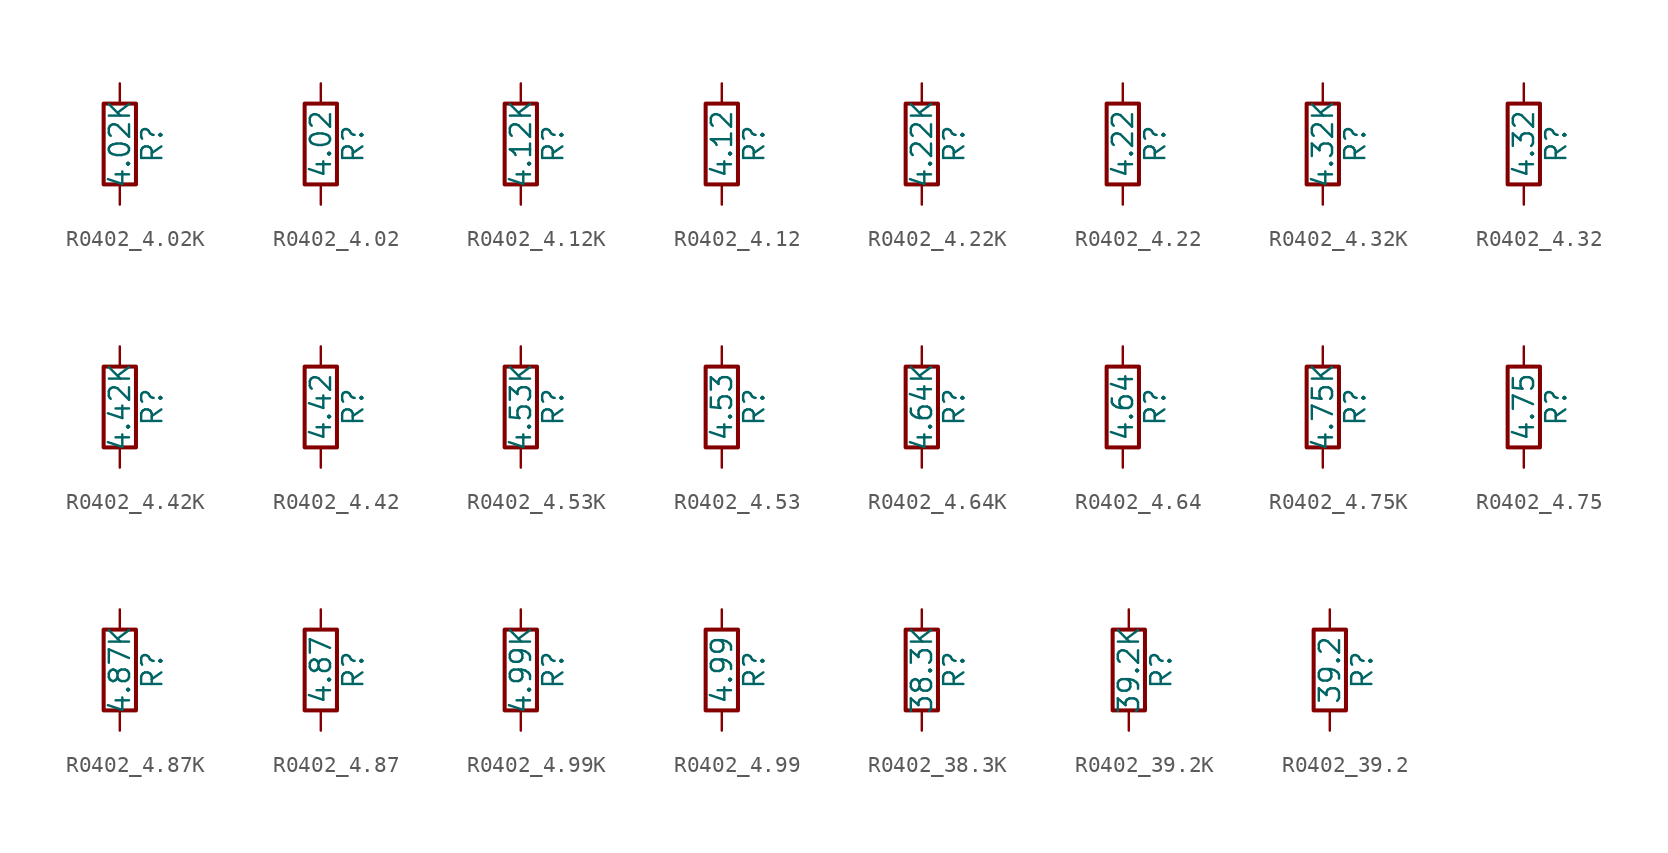
<source format=kicad_sym>
(kicad_symbol_lib
  (version 20211014)
  (generator atlantix-eda)
  (symbol "R0402_4.02K"
    (pin_numbers hide)
    (pin_names
      (offset 0))
    (property "Reference" "R"
      (at 2.032 0 90)
      (effects (font (size 1.27 1.27))))
    (property "Value" "4.02K"
      (at 0 0 90)
      (effects (font (size 1.27 1.27))))
    (symbol "R0402_4.02K_0_1"
      (rectangle (start -1.016 -2.54) (end 1.016 2.54) (stroke (width 0.254) (type default) (color 0 0 0 0)) (fill (type none))))
    (symbol "R0402_4.02K_1_1"
      (pin passive line (at 0 3.81 270) (length 1.27) (name "~" (effects (font (size 1.27 1.27)))) (number "1" (effects (font (size 1.27 1.27)))))
      (pin passive line (at 0 -3.81 90) (length 1.27) (name "~" (effects (font (size 1.27 1.27)))) (number "2" (effects (font (size 1.27 1.27)))))))
  (symbol "R0402_4.02"
    (pin_numbers hide)
    (pin_names
      (offset 0))
    (property "Reference" "R"
      (at 2.032 0 90)
      (effects (font (size 1.27 1.27))))
    (property "Value" "4.02"
      (at 0 0 90)
      (effects (font (size 1.27 1.27))))
    (symbol "R0402_4.02_0_1"
      (rectangle (start -1.016 -2.54) (end 1.016 2.54) (stroke (width 0.254) (type default) (color 0 0 0 0)) (fill (type none))))
    (symbol "R0402_4.02_1_1"
      (pin passive line (at 0 3.81 270) (length 1.27) (name "~" (effects (font (size 1.27 1.27)))) (number "1" (effects (font (size 1.27 1.27)))))
      (pin passive line (at 0 -3.81 90) (length 1.27) (name "~" (effects (font (size 1.27 1.27)))) (number "2" (effects (font (size 1.27 1.27)))))))
  (symbol "R0402_4.12K"
    (pin_numbers hide)
    (pin_names
      (offset 0))
    (property "Reference" "R"
      (at 2.032 0 90)
      (effects (font (size 1.27 1.27))))
    (property "Value" "4.12K"
      (at 0 0 90)
      (effects (font (size 1.27 1.27))))
    (symbol "R0402_4.12K_0_1"
      (rectangle (start -1.016 -2.54) (end 1.016 2.54) (stroke (width 0.254) (type default) (color 0 0 0 0)) (fill (type none))))
    (symbol "R0402_4.12K_1_1"
      (pin passive line (at 0 3.81 270) (length 1.27) (name "~" (effects (font (size 1.27 1.27)))) (number "1" (effects (font (size 1.27 1.27)))))
      (pin passive line (at 0 -3.81 90) (length 1.27) (name "~" (effects (font (size 1.27 1.27)))) (number "2" (effects (font (size 1.27 1.27)))))))
  (symbol "R0402_4.12"
    (pin_numbers hide)
    (pin_names
      (offset 0))
    (property "Reference" "R"
      (at 2.032 0 90)
      (effects (font (size 1.27 1.27))))
    (property "Value" "4.12"
      (at 0 0 90)
      (effects (font (size 1.27 1.27))))
    (symbol "R0402_4.12_0_1"
      (rectangle (start -1.016 -2.54) (end 1.016 2.54) (stroke (width 0.254) (type default) (color 0 0 0 0)) (fill (type none))))
    (symbol "R0402_4.12_1_1"
      (pin passive line (at 0 3.81 270) (length 1.27) (name "~" (effects (font (size 1.27 1.27)))) (number "1" (effects (font (size 1.27 1.27)))))
      (pin passive line (at 0 -3.81 90) (length 1.27) (name "~" (effects (font (size 1.27 1.27)))) (number "2" (effects (font (size 1.27 1.27)))))))
  (symbol "R0402_4.22K"
    (pin_numbers hide)
    (pin_names
      (offset 0))
    (property "Reference" "R"
      (at 2.032 0 90)
      (effects (font (size 1.27 1.27))))
    (property "Value" "4.22K"
      (at 0 0 90)
      (effects (font (size 1.27 1.27))))
    (symbol "R0402_4.22K_0_1"
      (rectangle (start -1.016 -2.54) (end 1.016 2.54) (stroke (width 0.254) (type default) (color 0 0 0 0)) (fill (type none))))
    (symbol "R0402_4.22K_1_1"
      (pin passive line (at 0 3.81 270) (length 1.27) (name "~" (effects (font (size 1.27 1.27)))) (number "1" (effects (font (size 1.27 1.27)))))
      (pin passive line (at 0 -3.81 90) (length 1.27) (name "~" (effects (font (size 1.27 1.27)))) (number "2" (effects (font (size 1.27 1.27)))))))
  (symbol "R0402_4.22"
    (pin_numbers hide)
    (pin_names
      (offset 0))
    (property "Reference" "R"
      (at 2.032 0 90)
      (effects (font (size 1.27 1.27))))
    (property "Value" "4.22"
      (at 0 0 90)
      (effects (font (size 1.27 1.27))))
    (symbol "R0402_4.22_0_1"
      (rectangle (start -1.016 -2.54) (end 1.016 2.54) (stroke (width 0.254) (type default) (color 0 0 0 0)) (fill (type none))))
    (symbol "R0402_4.22_1_1"
      (pin passive line (at 0 3.81 270) (length 1.27) (name "~" (effects (font (size 1.27 1.27)))) (number "1" (effects (font (size 1.27 1.27)))))
      (pin passive line (at 0 -3.81 90) (length 1.27) (name "~" (effects (font (size 1.27 1.27)))) (number "2" (effects (font (size 1.27 1.27)))))))
  (symbol "R0402_4.32K"
    (pin_numbers hide)
    (pin_names
      (offset 0))
    (property "Reference" "R"
      (at 2.032 0 90)
      (effects (font (size 1.27 1.27))))
    (property "Value" "4.32K"
      (at 0 0 90)
      (effects (font (size 1.27 1.27))))
    (symbol "R0402_4.32K_0_1"
      (rectangle (start -1.016 -2.54) (end 1.016 2.54) (stroke (width 0.254) (type default) (color 0 0 0 0)) (fill (type none))))
    (symbol "R0402_4.32K_1_1"
      (pin passive line (at 0 3.81 270) (length 1.27) (name "~" (effects (font (size 1.27 1.27)))) (number "1" (effects (font (size 1.27 1.27)))))
      (pin passive line (at 0 -3.81 90) (length 1.27) (name "~" (effects (font (size 1.27 1.27)))) (number "2" (effects (font (size 1.27 1.27)))))))
  (symbol "R0402_4.32"
    (pin_numbers hide)
    (pin_names
      (offset 0))
    (property "Reference" "R"
      (at 2.032 0 90)
      (effects (font (size 1.27 1.27))))
    (property "Value" "4.32"
      (at 0 0 90)
      (effects (font (size 1.27 1.27))))
    (symbol "R0402_4.32_0_1"
      (rectangle (start -1.016 -2.54) (end 1.016 2.54) (stroke (width 0.254) (type default) (color 0 0 0 0)) (fill (type none))))
    (symbol "R0402_4.32_1_1"
      (pin passive line (at 0 3.81 270) (length 1.27) (name "~" (effects (font (size 1.27 1.27)))) (number "1" (effects (font (size 1.27 1.27)))))
      (pin passive line (at 0 -3.81 90) (length 1.27) (name "~" (effects (font (size 1.27 1.27)))) (number "2" (effects (font (size 1.27 1.27)))))))
  (symbol "R0402_4.42K"
    (pin_numbers hide)
    (pin_names
      (offset 0))
    (property "Reference" "R"
      (at 2.032 0 90)
      (effects (font (size 1.27 1.27))))
    (property "Value" "4.42K"
      (at 0 0 90)
      (effects (font (size 1.27 1.27))))
    (symbol "R0402_4.42K_0_1"
      (rectangle (start -1.016 -2.54) (end 1.016 2.54) (stroke (width 0.254) (type default) (color 0 0 0 0)) (fill (type none))))
    (symbol "R0402_4.42K_1_1"
      (pin passive line (at 0 3.81 270) (length 1.27) (name "~" (effects (font (size 1.27 1.27)))) (number "1" (effects (font (size 1.27 1.27)))))
      (pin passive line (at 0 -3.81 90) (length 1.27) (name "~" (effects (font (size 1.27 1.27)))) (number "2" (effects (font (size 1.27 1.27)))))))
  (symbol "R0402_4.42"
    (pin_numbers hide)
    (pin_names
      (offset 0))
    (property "Reference" "R"
      (at 2.032 0 90)
      (effects (font (size 1.27 1.27))))
    (property "Value" "4.42"
      (at 0 0 90)
      (effects (font (size 1.27 1.27))))
    (symbol "R0402_4.42_0_1"
      (rectangle (start -1.016 -2.54) (end 1.016 2.54) (stroke (width 0.254) (type default) (color 0 0 0 0)) (fill (type none))))
    (symbol "R0402_4.42_1_1"
      (pin passive line (at 0 3.81 270) (length 1.27) (name "~" (effects (font (size 1.27 1.27)))) (number "1" (effects (font (size 1.27 1.27)))))
      (pin passive line (at 0 -3.81 90) (length 1.27) (name "~" (effects (font (size 1.27 1.27)))) (number "2" (effects (font (size 1.27 1.27)))))))
  (symbol "R0402_4.53K"
    (pin_numbers hide)
    (pin_names
      (offset 0))
    (property "Reference" "R"
      (at 2.032 0 90)
      (effects (font (size 1.27 1.27))))
    (property "Value" "4.53K"
      (at 0 0 90)
      (effects (font (size 1.27 1.27))))
    (symbol "R0402_4.53K_0_1"
      (rectangle (start -1.016 -2.54) (end 1.016 2.54) (stroke (width 0.254) (type default) (color 0 0 0 0)) (fill (type none))))
    (symbol "R0402_4.53K_1_1"
      (pin passive line (at 0 3.81 270) (length 1.27) (name "~" (effects (font (size 1.27 1.27)))) (number "1" (effects (font (size 1.27 1.27)))))
      (pin passive line (at 0 -3.81 90) (length 1.27) (name "~" (effects (font (size 1.27 1.27)))) (number "2" (effects (font (size 1.27 1.27)))))))
  (symbol "R0402_4.53"
    (pin_numbers hide)
    (pin_names
      (offset 0))
    (property "Reference" "R"
      (at 2.032 0 90)
      (effects (font (size 1.27 1.27))))
    (property "Value" "4.53"
      (at 0 0 90)
      (effects (font (size 1.27 1.27))))
    (symbol "R0402_4.53_0_1"
      (rectangle (start -1.016 -2.54) (end 1.016 2.54) (stroke (width 0.254) (type default) (color 0 0 0 0)) (fill (type none))))
    (symbol "R0402_4.53_1_1"
      (pin passive line (at 0 3.81 270) (length 1.27) (name "~" (effects (font (size 1.27 1.27)))) (number "1" (effects (font (size 1.27 1.27)))))
      (pin passive line (at 0 -3.81 90) (length 1.27) (name "~" (effects (font (size 1.27 1.27)))) (number "2" (effects (font (size 1.27 1.27)))))))
  (symbol "R0402_4.64K"
    (pin_numbers hide)
    (pin_names
      (offset 0))
    (property "Reference" "R"
      (at 2.032 0 90)
      (effects (font (size 1.27 1.27))))
    (property "Value" "4.64K"
      (at 0 0 90)
      (effects (font (size 1.27 1.27))))
    (symbol "R0402_4.64K_0_1"
      (rectangle (start -1.016 -2.54) (end 1.016 2.54) (stroke (width 0.254) (type default) (color 0 0 0 0)) (fill (type none))))
    (symbol "R0402_4.64K_1_1"
      (pin passive line (at 0 3.81 270) (length 1.27) (name "~" (effects (font (size 1.27 1.27)))) (number "1" (effects (font (size 1.27 1.27)))))
      (pin passive line (at 0 -3.81 90) (length 1.27) (name "~" (effects (font (size 1.27 1.27)))) (number "2" (effects (font (size 1.27 1.27)))))))
  (symbol "R0402_4.64"
    (pin_numbers hide)
    (pin_names
      (offset 0))
    (property "Reference" "R"
      (at 2.032 0 90)
      (effects (font (size 1.27 1.27))))
    (property "Value" "4.64"
      (at 0 0 90)
      (effects (font (size 1.27 1.27))))
    (symbol "R0402_4.64_0_1"
      (rectangle (start -1.016 -2.54) (end 1.016 2.54) (stroke (width 0.254) (type default) (color 0 0 0 0)) (fill (type none))))
    (symbol "R0402_4.64_1_1"
      (pin passive line (at 0 3.81 270) (length 1.27) (name "~" (effects (font (size 1.27 1.27)))) (number "1" (effects (font (size 1.27 1.27)))))
      (pin passive line (at 0 -3.81 90) (length 1.27) (name "~" (effects (font (size 1.27 1.27)))) (number "2" (effects (font (size 1.27 1.27)))))))
  (symbol "R0402_4.75K"
    (pin_numbers hide)
    (pin_names
      (offset 0))
    (property "Reference" "R"
      (at 2.032 0 90)
      (effects (font (size 1.27 1.27))))
    (property "Value" "4.75K"
      (at 0 0 90)
      (effects (font (size 1.27 1.27))))
    (symbol "R0402_4.75K_0_1"
      (rectangle (start -1.016 -2.54) (end 1.016 2.54) (stroke (width 0.254) (type default) (color 0 0 0 0)) (fill (type none))))
    (symbol "R0402_4.75K_1_1"
      (pin passive line (at 0 3.81 270) (length 1.27) (name "~" (effects (font (size 1.27 1.27)))) (number "1" (effects (font (size 1.27 1.27)))))
      (pin passive line (at 0 -3.81 90) (length 1.27) (name "~" (effects (font (size 1.27 1.27)))) (number "2" (effects (font (size 1.27 1.27)))))))
  (symbol "R0402_4.75"
    (pin_numbers hide)
    (pin_names
      (offset 0))
    (property "Reference" "R"
      (at 2.032 0 90)
      (effects (font (size 1.27 1.27))))
    (property "Value" "4.75"
      (at 0 0 90)
      (effects (font (size 1.27 1.27))))
    (symbol "R0402_4.75_0_1"
      (rectangle (start -1.016 -2.54) (end 1.016 2.54) (stroke (width 0.254) (type default) (color 0 0 0 0)) (fill (type none))))
    (symbol "R0402_4.75_1_1"
      (pin passive line (at 0 3.81 270) (length 1.27) (name "~" (effects (font (size 1.27 1.27)))) (number "1" (effects (font (size 1.27 1.27)))))
      (pin passive line (at 0 -3.81 90) (length 1.27) (name "~" (effects (font (size 1.27 1.27)))) (number "2" (effects (font (size 1.27 1.27)))))))
  (symbol "R0402_4.87K"
    (pin_numbers hide)
    (pin_names
      (offset 0))
    (property "Reference" "R"
      (at 2.032 0 90)
      (effects (font (size 1.27 1.27))))
    (property "Value" "4.87K"
      (at 0 0 90)
      (effects (font (size 1.27 1.27))))
    (symbol "R0402_4.87K_0_1"
      (rectangle (start -1.016 -2.54) (end 1.016 2.54) (stroke (width 0.254) (type default) (color 0 0 0 0)) (fill (type none))))
    (symbol "R0402_4.87K_1_1"
      (pin passive line (at 0 3.81 270) (length 1.27) (name "~" (effects (font (size 1.27 1.27)))) (number "1" (effects (font (size 1.27 1.27)))))
      (pin passive line (at 0 -3.81 90) (length 1.27) (name "~" (effects (font (size 1.27 1.27)))) (number "2" (effects (font (size 1.27 1.27)))))))
  (symbol "R0402_4.87"
    (pin_numbers hide)
    (pin_names
      (offset 0))
    (property "Reference" "R"
      (at 2.032 0 90)
      (effects (font (size 1.27 1.27))))
    (property "Value" "4.87"
      (at 0 0 90)
      (effects (font (size 1.27 1.27))))
    (symbol "R0402_4.87_0_1"
      (rectangle (start -1.016 -2.54) (end 1.016 2.54) (stroke (width 0.254) (type default) (color 0 0 0 0)) (fill (type none))))
    (symbol "R0402_4.87_1_1"
      (pin passive line (at 0 3.81 270) (length 1.27) (name "~" (effects (font (size 1.27 1.27)))) (number "1" (effects (font (size 1.27 1.27)))))
      (pin passive line (at 0 -3.81 90) (length 1.27) (name "~" (effects (font (size 1.27 1.27)))) (number "2" (effects (font (size 1.27 1.27)))))))
  (symbol "R0402_4.99K"
    (pin_numbers hide)
    (pin_names
      (offset 0))
    (property "Reference" "R"
      (at 2.032 0 90)
      (effects (font (size 1.27 1.27))))
    (property "Value" "4.99K"
      (at 0 0 90)
      (effects (font (size 1.27 1.27))))
    (symbol "R0402_4.99K_0_1"
      (rectangle (start -1.016 -2.54) (end 1.016 2.54) (stroke (width 0.254) (type default) (color 0 0 0 0)) (fill (type none))))
    (symbol "R0402_4.99K_1_1"
      (pin passive line (at 0 3.81 270) (length 1.27) (name "~" (effects (font (size 1.27 1.27)))) (number "1" (effects (font (size 1.27 1.27)))))
      (pin passive line (at 0 -3.81 90) (length 1.27) (name "~" (effects (font (size 1.27 1.27)))) (number "2" (effects (font (size 1.27 1.27)))))))
  (symbol "R0402_4.99"
    (pin_numbers hide)
    (pin_names
      (offset 0))
    (property "Reference" "R"
      (at 2.032 0 90)
      (effects (font (size 1.27 1.27))))
    (property "Value" "4.99"
      (at 0 0 90)
      (effects (font (size 1.27 1.27))))
    (symbol "R0402_4.99_0_1"
      (rectangle (start -1.016 -2.54) (end 1.016 2.54) (stroke (width 0.254) (type default) (color 0 0 0 0)) (fill (type none))))
    (symbol "R0402_4.99_1_1"
      (pin passive line (at 0 3.81 270) (length 1.27) (name "~" (effects (font (size 1.27 1.27)))) (number "1" (effects (font (size 1.27 1.27)))))
      (pin passive line (at 0 -3.81 90) (length 1.27) (name "~" (effects (font (size 1.27 1.27)))) (number "2" (effects (font (size 1.27 1.27)))))))
  (symbol "R0402_38.3K"
    (pin_numbers hide)
    (pin_names
      (offset 0))
    (property "Reference" "R"
      (at 2.032 0 90)
      (effects (font (size 1.27 1.27))))
    (property "Value" "38.3K"
      (at 0 0 90)
      (effects (font (size 1.27 1.27))))
    (symbol "R0402_38.3K_0_1"
      (rectangle (start -1.016 -2.54) (end 1.016 2.54) (stroke (width 0.254) (type default) (color 0 0 0 0)) (fill (type none))))
    (symbol "R0402_38.3K_1_1"
      (pin passive line (at 0 3.81 270) (length 1.27) (name "~" (effects (font (size 1.27 1.27)))) (number "1" (effects (font (size 1.27 1.27)))))
      (pin passive line (at 0 -3.81 90) (length 1.27) (name "~" (effects (font (size 1.27 1.27)))) (number "2" (effects (font (size 1.27 1.27)))))))
  (symbol "R0402_39.2K"
    (pin_numbers hide)
    (pin_names
      (offset 0))
    (property "Reference" "R"
      (at 2.032 0 90)
      (effects (font (size 1.27 1.27))))
    (property "Value" "39.2K"
      (at 0 0 90)
      (effects (font (size 1.27 1.27))))
    (symbol "R0402_39.2K_0_1"
      (rectangle (start -1.016 -2.54) (end 1.016 2.54) (stroke (width 0.254) (type default) (color 0 0 0 0)) (fill (type none))))
    (symbol "R0402_39.2K_1_1"
      (pin passive line (at 0 3.81 270) (length 1.27) (name "~" (effects (font (size 1.27 1.27)))) (number "1" (effects (font (size 1.27 1.27)))))
      (pin passive line (at 0 -3.81 90) (length 1.27) (name "~" (effects (font (size 1.27 1.27)))) (number "2" (effects (font (size 1.27 1.27)))))))
  (symbol "R0402_39.2"
    (pin_numbers hide)
    (pin_names
      (offset 0))
    (property "Reference" "R"
      (at 2.032 0 90)
      (effects (font (size 1.27 1.27))))
    (property "Value" "39.2"
      (at 0 0 90)
      (effects (font (size 1.27 1.27))))
    (symbol "R0402_39.2_0_1"
      (rectangle (start -1.016 -2.54) (end 1.016 2.54) (stroke (width 0.254) (type default) (color 0 0 0 0)) (fill (type none))))
    (symbol "R0402_39.2_1_1"
      (pin passive line (at 0 3.81 270) (length 1.27) (name "~" (effects (font (size 1.27 1.27)))) (number "1" (effects (font (size 1.27 1.27)))))
      (pin passive line (at 0 -3.81 90) (length 1.27) (name "~" (effects (font (size 1.27 1.27)))) (number "2" (effects (font (size 1.27 1.27))))))))
</source>
